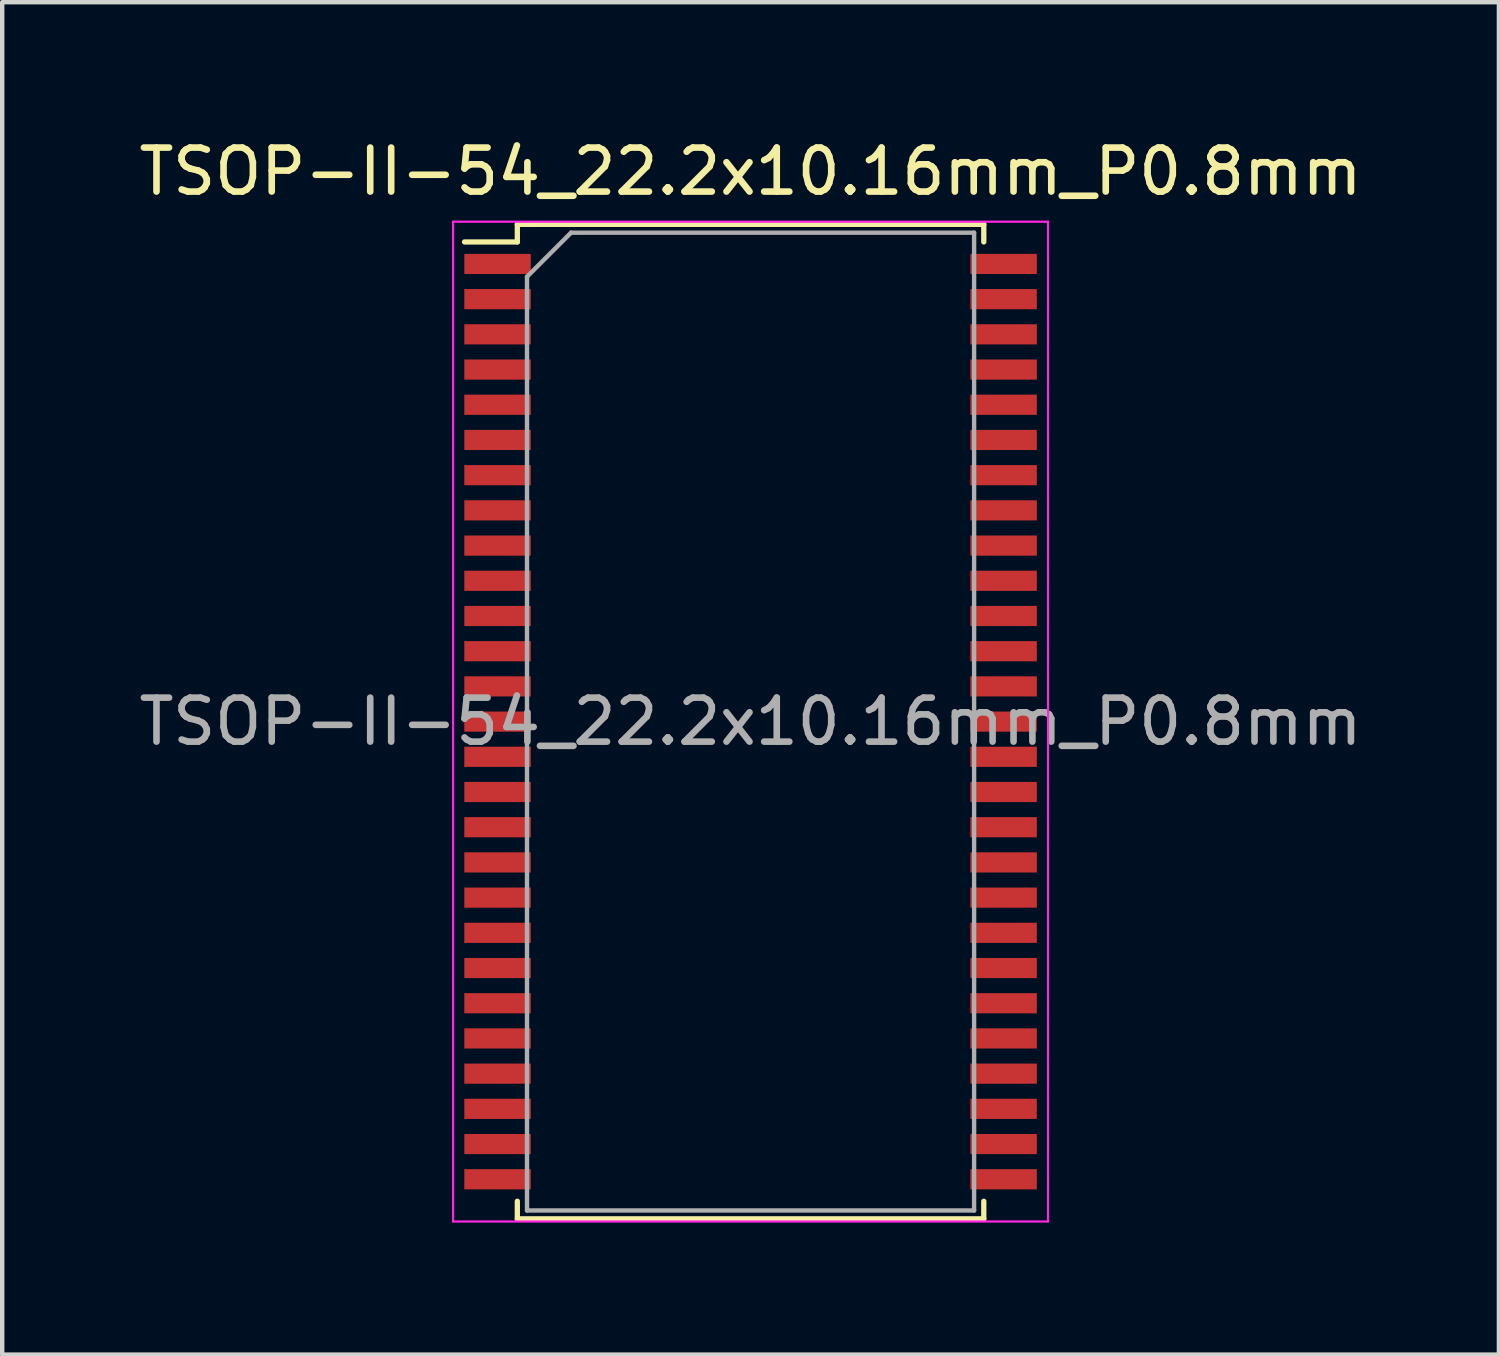
<source format=kicad_pcb>
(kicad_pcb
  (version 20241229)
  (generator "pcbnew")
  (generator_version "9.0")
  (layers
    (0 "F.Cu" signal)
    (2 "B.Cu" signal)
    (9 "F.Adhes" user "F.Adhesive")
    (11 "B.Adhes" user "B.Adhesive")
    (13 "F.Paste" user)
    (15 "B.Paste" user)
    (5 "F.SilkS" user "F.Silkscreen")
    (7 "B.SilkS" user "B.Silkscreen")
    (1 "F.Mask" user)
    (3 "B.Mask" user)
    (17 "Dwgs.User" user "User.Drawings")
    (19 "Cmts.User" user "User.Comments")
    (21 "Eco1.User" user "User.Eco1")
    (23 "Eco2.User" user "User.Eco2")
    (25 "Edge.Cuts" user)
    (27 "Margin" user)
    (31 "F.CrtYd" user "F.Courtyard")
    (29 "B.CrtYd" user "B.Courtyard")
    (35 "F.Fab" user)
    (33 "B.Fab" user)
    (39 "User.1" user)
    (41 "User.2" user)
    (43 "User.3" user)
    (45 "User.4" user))
  (footprint "TSOP-II-54_22.2x10.16mm_P0.8mm"
    (layer "F.Cu")
    (at 14.006 13.348)
    (property "Reference" "TSOP-II-54_22.2x10.16mm_P0.8mm" (at 0 -12.5 0) (layer "F.SilkS") (effects (font (size 1 1) (thickness 0.15))))
    (attr smd)
    (fp_line (start -6.5 -10.9) (end -5.3 -10.9) (stroke (width 0.12) (type solid)) (layer "F.SilkS"))
    (fp_line (start -5.3 -11.3) (end 5.3 -11.3) (stroke (width 0.12) (type solid)) (layer "F.SilkS"))
    (fp_line (start -5.3 -10.9) (end -5.3 -11.3) (stroke (width 0.12) (type solid)) (layer "F.SilkS"))
    (fp_line (start -5.3 10.9) (end -5.3 11.3) (stroke (width 0.12) (type solid)) (layer "F.SilkS"))
    (fp_line (start -5.3 11.3) (end 5.3 11.3) (stroke (width 0.12) (type solid)) (layer "F.SilkS"))
    (fp_line (start 5.3 -11.3) (end 5.3 -10.9) (stroke (width 0.12) (type solid)) (layer "F.SilkS"))
    (fp_line (start 5.3 10.9) (end 5.3 11.3) (stroke (width 0.12) (type solid)) (layer "F.SilkS"))
    (fp_line (start -6.76 -11.36) (end -6.76 11.36) (stroke (width 0.05) (type solid)) (layer "F.CrtYd"))
    (fp_line (start -6.76 -11.36) (end 6.76 -11.36) (stroke (width 0.05) (type solid)) (layer "F.CrtYd"))
    (fp_line (start 6.76 -11.36) (end 6.76 11.36) (stroke (width 0.05) (type solid)) (layer "F.CrtYd"))
    (fp_line (start 6.76 11.36) (end -6.76 11.36) (stroke (width 0.05) (type solid)) (layer "F.CrtYd"))
    (fp_line (start -5.08 11.11) (end -5.08 -10.11) (stroke (width 0.1) (type solid)) (layer "F.Fab"))
    (fp_line (start -4.08 -11.11) (end -5.08 -10.11) (stroke (width 0.1) (type solid)) (layer "F.Fab"))
    (fp_line (start -4.08 -11.11) (end 5.08 -11.11) (stroke (width 0.1) (type solid)) (layer "F.Fab"))
    (fp_line (start 5.08 -11.11) (end 5.08 11.11) (stroke (width 0.1) (type solid)) (layer "F.Fab"))
    (fp_line (start 5.08 11.11) (end -5.08 11.11) (stroke (width 0.1) (type solid)) (layer "F.Fab"))
    (fp_text user "${REFERENCE}" (at 0 0 0) (layer "F.Fab") (effects (font (size 1 1) (thickness 0.15))))
    (pad "1" smd rect (at -5.75 -10.4) (size 1.51 0.458) (layers "F.Cu" "F.Mask" "F.Paste"))
    (pad "2" smd rect (at -5.75 -9.6) (size 1.51 0.458) (layers "F.Cu" "F.Mask" "F.Paste"))
    (pad "3" smd rect (at -5.75 -8.8) (size 1.51 0.458) (layers "F.Cu" "F.Mask" "F.Paste"))
    (pad "4" smd rect (at -5.75 -8) (size 1.51 0.458) (layers "F.Cu" "F.Mask" "F.Paste"))
    (pad "5" smd rect (at -5.75 -7.2) (size 1.51 0.458) (layers "F.Cu" "F.Mask" "F.Paste"))
    (pad "6" smd rect (at -5.75 -6.4) (size 1.51 0.458) (layers "F.Cu" "F.Mask" "F.Paste"))
    (pad "7" smd rect (at -5.75 -5.6) (size 1.51 0.458) (layers "F.Cu" "F.Mask" "F.Paste"))
    (pad "8" smd rect (at -5.75 -4.8) (size 1.51 0.458) (layers "F.Cu" "F.Mask" "F.Paste"))
    (pad "9" smd rect (at -5.75 -4) (size 1.51 0.458) (layers "F.Cu" "F.Mask" "F.Paste"))
    (pad "10" smd rect (at -5.75 -3.2) (size 1.51 0.458) (layers "F.Cu" "F.Mask" "F.Paste"))
    (pad "11" smd rect (at -5.75 -2.4) (size 1.51 0.458) (layers "F.Cu" "F.Mask" "F.Paste"))
    (pad "12" smd rect (at -5.75 -1.6) (size 1.51 0.458) (layers "F.Cu" "F.Mask" "F.Paste"))
    (pad "13" smd rect (at -5.75 -0.8) (size 1.51 0.458) (layers "F.Cu" "F.Mask" "F.Paste"))
    (pad "14" smd rect (at -5.75 0) (size 1.51 0.458) (layers "F.Cu" "F.Mask" "F.Paste"))
    (pad "15" smd rect (at -5.75 0.8) (size 1.51 0.458) (layers "F.Cu" "F.Mask" "F.Paste"))
    (pad "16" smd rect (at -5.75 1.6) (size 1.51 0.458) (layers "F.Cu" "F.Mask" "F.Paste"))
    (pad "17" smd rect (at -5.75 2.4) (size 1.51 0.458) (layers "F.Cu" "F.Mask" "F.Paste"))
    (pad "18" smd rect (at -5.75 3.2) (size 1.51 0.458) (layers "F.Cu" "F.Mask" "F.Paste"))
    (pad "19" smd rect (at -5.75 4) (size 1.51 0.458) (layers "F.Cu" "F.Mask" "F.Paste"))
    (pad "20" smd rect (at -5.75 4.8) (size 1.51 0.458) (layers "F.Cu" "F.Mask" "F.Paste"))
    (pad "21" smd rect (at -5.75 5.6) (size 1.51 0.458) (layers "F.Cu" "F.Mask" "F.Paste"))
    (pad "22" smd rect (at -5.75 6.4) (size 1.51 0.458) (layers "F.Cu" "F.Mask" "F.Paste"))
    (pad "23" smd rect (at -5.75 7.2) (size 1.51 0.458) (layers "F.Cu" "F.Mask" "F.Paste"))
    (pad "24" smd rect (at -5.75 8) (size 1.51 0.458) (layers "F.Cu" "F.Mask" "F.Paste"))
    (pad "25" smd rect (at -5.75 8.8) (size 1.51 0.458) (layers "F.Cu" "F.Mask" "F.Paste"))
    (pad "26" smd rect (at -5.75 9.6) (size 1.51 0.458) (layers "F.Cu" "F.Mask" "F.Paste"))
    (pad "27" smd rect (at -5.75 10.4) (size 1.51 0.458) (layers "F.Cu" "F.Mask" "F.Paste"))
    (pad "28" smd rect (at 5.75 10.4) (size 1.51 0.458) (layers "F.Cu" "F.Mask" "F.Paste"))
    (pad "29" smd rect (at 5.75 9.6) (size 1.51 0.458) (layers "F.Cu" "F.Mask" "F.Paste"))
    (pad "30" smd rect (at 5.75 8.8) (size 1.51 0.458) (layers "F.Cu" "F.Mask" "F.Paste"))
    (pad "31" smd rect (at 5.75 8) (size 1.51 0.458) (layers "F.Cu" "F.Mask" "F.Paste"))
    (pad "32" smd rect (at 5.75 7.2) (size 1.51 0.458) (layers "F.Cu" "F.Mask" "F.Paste"))
    (pad "33" smd rect (at 5.75 6.4) (size 1.51 0.458) (layers "F.Cu" "F.Mask" "F.Paste"))
    (pad "34" smd rect (at 5.75 5.6) (size 1.51 0.458) (layers "F.Cu" "F.Mask" "F.Paste"))
    (pad "35" smd rect (at 5.75 4.8) (size 1.51 0.458) (layers "F.Cu" "F.Mask" "F.Paste"))
    (pad "36" smd rect (at 5.75 4) (size 1.51 0.458) (layers "F.Cu" "F.Mask" "F.Paste"))
    (pad "37" smd rect (at 5.75 3.2) (size 1.51 0.458) (layers "F.Cu" "F.Mask" "F.Paste"))
    (pad "38" smd rect (at 5.75 2.4) (size 1.51 0.458) (layers "F.Cu" "F.Mask" "F.Paste"))
    (pad "39" smd rect (at 5.75 1.6) (size 1.51 0.458) (layers "F.Cu" "F.Mask" "F.Paste"))
    (pad "40" smd rect (at 5.75 0.8) (size 1.51 0.458) (layers "F.Cu" "F.Mask" "F.Paste"))
    (pad "41" smd rect (at 5.75 0) (size 1.51 0.458) (layers "F.Cu" "F.Mask" "F.Paste"))
    (pad "42" smd rect (at 5.75 -0.8) (size 1.51 0.458) (layers "F.Cu" "F.Mask" "F.Paste"))
    (pad "43" smd rect (at 5.75 -1.6) (size 1.51 0.458) (layers "F.Cu" "F.Mask" "F.Paste"))
    (pad "44" smd rect (at 5.75 -2.4) (size 1.51 0.458) (layers "F.Cu" "F.Mask" "F.Paste"))
    (pad "45" smd rect (at 5.75 -3.2) (size 1.51 0.458) (layers "F.Cu" "F.Mask" "F.Paste"))
    (pad "46" smd rect (at 5.75 -4) (size 1.51 0.458) (layers "F.Cu" "F.Mask" "F.Paste"))
    (pad "47" smd rect (at 5.75 -4.8) (size 1.51 0.458) (layers "F.Cu" "F.Mask" "F.Paste"))
    (pad "48" smd rect (at 5.75 -5.6) (size 1.51 0.458) (layers "F.Cu" "F.Mask" "F.Paste"))
    (pad "49" smd rect (at 5.75 -6.4) (size 1.51 0.458) (layers "F.Cu" "F.Mask" "F.Paste"))
    (pad "50" smd rect (at 5.75 -7.2) (size 1.51 0.458) (layers "F.Cu" "F.Mask" "F.Paste"))
    (pad "51" smd rect (at 5.75 -8) (size 1.51 0.458) (layers "F.Cu" "F.Mask" "F.Paste"))
    (pad "52" smd rect (at 5.75 -8.8) (size 1.51 0.458) (layers "F.Cu" "F.Mask" "F.Paste"))
    (pad "53" smd rect (at 5.75 -9.6) (size 1.51 0.458) (layers "F.Cu" "F.Mask" "F.Paste"))
    (pad "54" smd rect (at 5.75 -10.4) (size 1.51 0.458) (layers "F.Cu" "F.Mask" "F.Paste")))
  (gr_rect
    (start -3 -3)
    (end 31.012 27.733)
    (stroke (width 0.1) (type default))
    (fill no)
    (layer "Edge.Cuts")))
</source>
